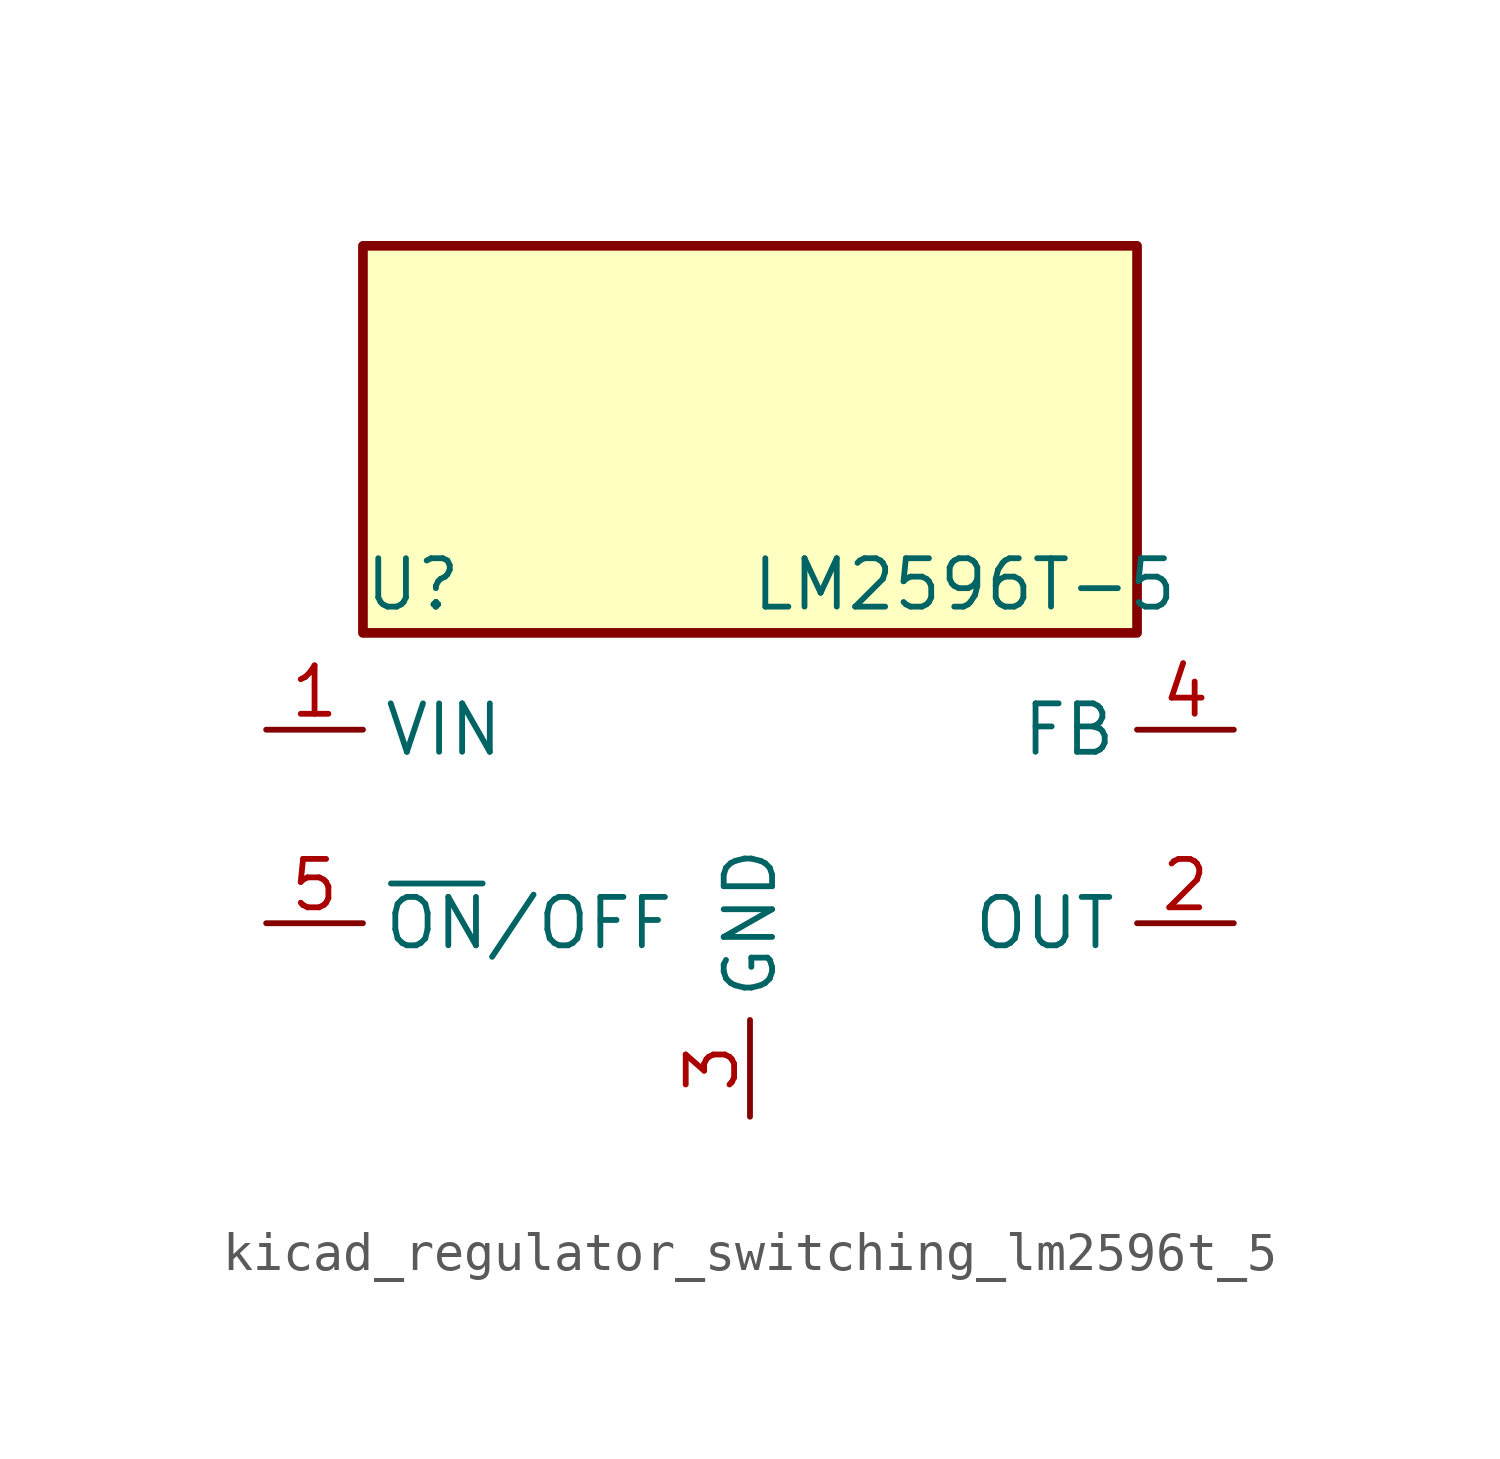
<source format=kicad_sym>
(kicad_symbol_lib
  (version 20220914)
  (generator kicad_symbol_editor)
  (symbol "kicad_regulator_switching_lm2596t_5"
    (property "Reference" "U"
      (at -10.16 6.35 0)
      (effects (font (size 1.27 1.27)) (justify left)))
    (property "Value" "LM2596T-5"
      (at 0 6.35 0)
      (effects (font (size 1.27 1.27)) (justify left)))
    (symbol "kicad_regulator_switching_lm2596t_5_0_1"
      (rectangle (start 10.16 15.24) (end -10.16 5.08) (stroke (width 0.254) (type default)) (fill (type background))))
    (symbol "kicad_regulator_switching_lm2596t_5_1_1"
      (pin power_in line (at -12.7 2.54 0) (length 2.54) (name "VIN" (effects (font (size 1.27 1.27)))) (number "1" (effects (font (size 1.27 1.27)))))
      (pin output line (at 12.7 -2.54 180) (length 2.54) (name "OUT" (effects (font (size 1.27 1.27)))) (number "2" (effects (font (size 1.27 1.27)))))
      (pin power_in line (at 0 -7.62 90) (length 2.54) (name "GND" (effects (font (size 1.27 1.27)))) (number "3" (effects (font (size 1.27 1.27)))))
      (pin input line (at 12.7 2.54 180) (length 2.54) (name "FB" (effects (font (size 1.27 1.27)))) (number "4" (effects (font (size 1.27 1.27)))))
      (pin input line (at -12.7 -2.54 0) (length 2.54) (name "~{ON}/OFF" (effects (font (size 1.27 1.27)))) (number "5" (effects (font (size 1.27 1.27))))))))
</source>
